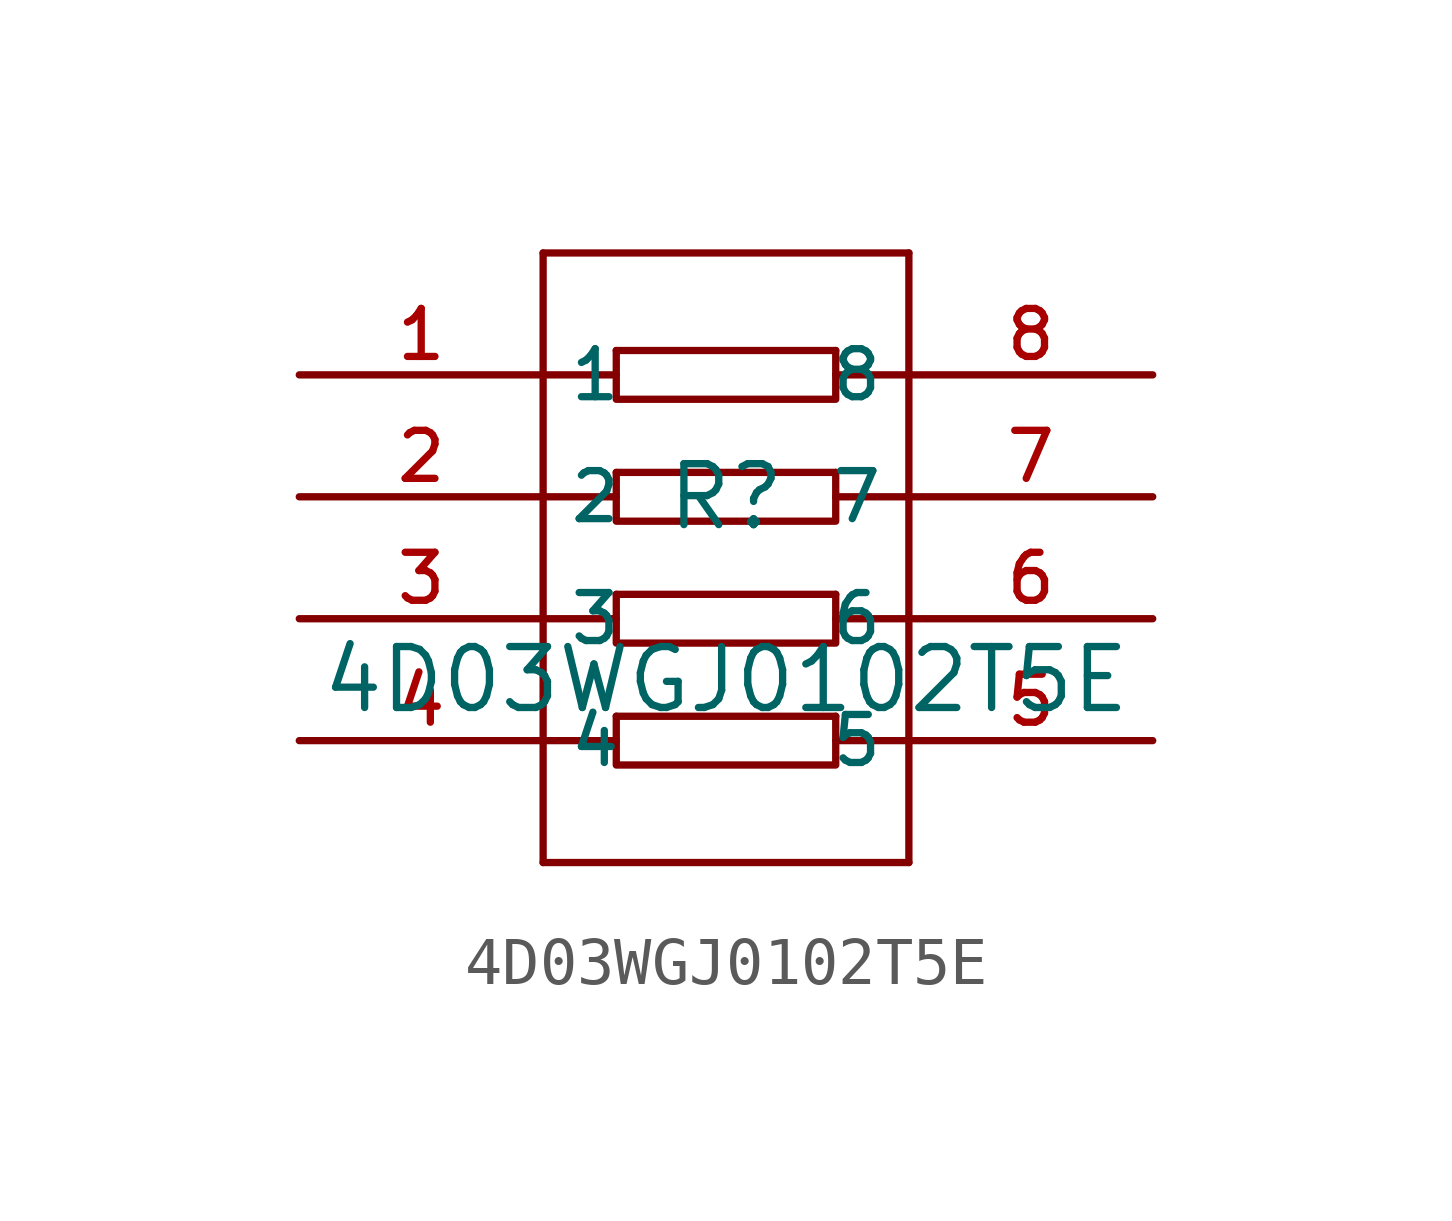
<source format=kicad_sym>
(kicad_symbol_lib
  (version 20210201)
  (generator TousstNicolas/JLC2KiCad_lib)
  (symbol "4D03WGJ0102T5E"
    (property "Reference" "R"
      (at 0 1.27 0)
      (effects (font (size 1.27 1.27))))
    (property "Value" "4D03WGJ0102T5E"
      (at 0 -2.54 0)
      (effects (font (size 1.27 1.27))))
    (symbol "4D03WGJ0102T5E_0_1"
      (pin input line (at -8.89 3.81 0) (length 5.08) (name "1" (effects (font (size 1 1)))) (number "1" (effects (font (size 1 1)))))
      (pin input line (at -8.89 1.27 0) (length 5.08) (name "2" (effects (font (size 1 1)))) (number "2" (effects (font (size 1 1)))))
      (pin input line (at -8.89 -1.27 0) (length 5.08) (name "3" (effects (font (size 1 1)))) (number "3" (effects (font (size 1 1)))))
      (pin input line (at -8.89 -3.81 0) (length 5.08) (name "4" (effects (font (size 1 1)))) (number "4" (effects (font (size 1 1)))))
      (pin input line (at 8.89 -3.81 180) (length 5.08) (name "5" (effects (font (size 1 1)))) (number "5" (effects (font (size 1 1)))))
      (pin input line (at 8.89 -1.27 180) (length 5.08) (name "6" (effects (font (size 1 1)))) (number "6" (effects (font (size 1 1)))))
      (pin input line (at 8.89 1.27 180) (length 5.08) (name "7" (effects (font (size 1 1)))) (number "7" (effects (font (size 1 1)))))
      (pin input line (at 8.89 3.81 180) (length 5.08) (name "8" (effects (font (size 1 1)))) (number "8" (effects (font (size 1 1)))))
      (polyline (pts (xy -3.81 -3.81) (xy -2.286 -3.81)) (stroke (width 0) (type default) (color 0 0 0 0)) (fill (type none)))
      (polyline (pts (xy -3.81 6.35) (xy -3.81 -6.35)) (stroke (width 0) (type default) (color 0 0 0 0)) (fill (type none)))
      (polyline (pts (xy 3.81 6.35) (xy 3.81 -6.35)) (stroke (width 0) (type default) (color 0 0 0 0)) (fill (type none)))
      (polyline (pts (xy -3.81 3.81) (xy -2.286 3.81)) (stroke (width 0) (type default) (color 0 0 0 0)) (fill (type none)))
      (polyline (pts (xy -3.81 -1.27) (xy -2.286 -1.27)) (stroke (width 0) (type default) (color 0 0 0 0)) (fill (type none)))
      (polyline (pts (xy -3.81 6.35) (xy 3.81 6.35)) (stroke (width 0) (type default) (color 0 0 0 0)) (fill (type none)))
      (polyline (pts (xy -3.81 1.27) (xy -2.286 1.27)) (stroke (width 0) (type default) (color 0 0 0 0)) (fill (type none)))
      (polyline (pts (xy -2.286 4.318) (xy 2.286 4.318)) (stroke (width 0) (type default) (color 0 0 0 0)) (fill (type none)))
      (polyline (pts (xy -2.286 4.318) (xy -2.286 3.302) (xy 2.286 3.302) (xy 2.286 4.318)) (stroke (width 0) (type default) (color 0 0 0 0)) (fill (type none)))
      (polyline (pts (xy -2.286 1.778) (xy 2.286 1.778)) (stroke (width 0) (type default) (color 0 0 0 0)) (fill (type none)))
      (polyline (pts (xy -2.286 1.778) (xy -2.286 0.762) (xy 2.286 0.762) (xy 2.286 1.778)) (stroke (width 0) (type default) (color 0 0 0 0)) (fill (type none)))
      (polyline (pts (xy -2.286 -0.762) (xy 2.286 -0.762)) (stroke (width 0) (type default) (color 0 0 0 0)) (fill (type none)))
      (polyline (pts (xy -2.286 -0.762) (xy -2.286 -1.778) (xy 2.286 -1.778) (xy 2.286 -0.762)) (stroke (width 0) (type default) (color 0 0 0 0)) (fill (type none)))
      (polyline (pts (xy -2.286 -3.302) (xy 2.286 -3.302)) (stroke (width 0) (type default) (color 0 0 0 0)) (fill (type none)))
      (polyline (pts (xy -2.286 -3.302) (xy -2.286 -4.318) (xy 2.286 -4.318) (xy 2.286 -3.302)) (stroke (width 0) (type default) (color 0 0 0 0)) (fill (type none)))
      (polyline (pts (xy 2.286 3.81) (xy 3.81 3.81)) (stroke (width 0) (type default) (color 0 0 0 0)) (fill (type none)))
      (polyline (pts (xy 2.286 1.27) (xy 3.81 1.27)) (stroke (width 0) (type default) (color 0 0 0 0)) (fill (type none)))
      (polyline (pts (xy 2.286 -1.27) (xy 3.81 -1.27)) (stroke (width 0) (type default) (color 0 0 0 0)) (fill (type none)))
      (polyline (pts (xy 2.286 -3.81) (xy 3.81 -3.81)) (stroke (width 0) (type default) (color 0 0 0 0)) (fill (type none)))
      (polyline (pts (xy -3.81 -6.35) (xy 3.81 -6.35)) (stroke (width 0) (type default) (color 0 0 0 0)) (fill (type none))))))
</source>
